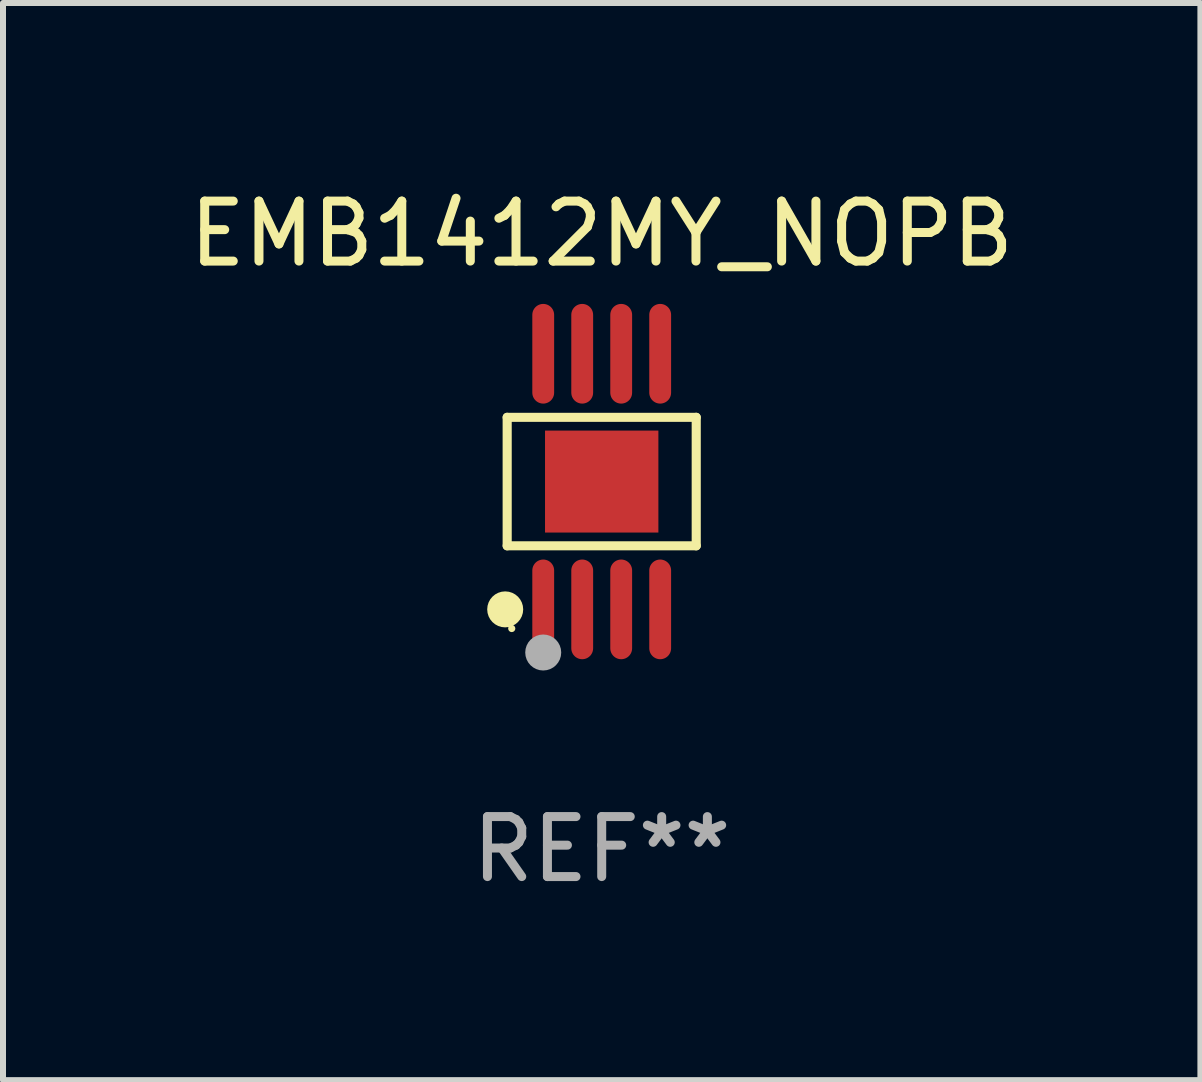
<source format=kicad_pcb>
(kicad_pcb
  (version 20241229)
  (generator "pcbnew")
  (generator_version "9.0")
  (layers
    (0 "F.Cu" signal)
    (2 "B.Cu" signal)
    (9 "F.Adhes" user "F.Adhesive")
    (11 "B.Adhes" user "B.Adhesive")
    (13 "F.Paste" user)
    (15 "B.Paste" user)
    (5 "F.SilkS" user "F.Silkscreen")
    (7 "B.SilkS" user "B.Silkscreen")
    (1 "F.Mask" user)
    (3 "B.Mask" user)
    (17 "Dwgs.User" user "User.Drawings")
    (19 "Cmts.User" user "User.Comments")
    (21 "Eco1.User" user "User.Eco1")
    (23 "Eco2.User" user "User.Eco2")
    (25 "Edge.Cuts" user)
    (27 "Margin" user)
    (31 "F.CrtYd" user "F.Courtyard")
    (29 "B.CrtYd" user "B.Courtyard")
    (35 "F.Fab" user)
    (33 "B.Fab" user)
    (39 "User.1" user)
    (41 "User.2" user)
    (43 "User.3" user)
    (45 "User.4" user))
  (footprint "EMB1412MY_NOPB"
    (layer "F.Cu")
    (at 6.982 4.979)
    (property "Reference" "EMB1412MY_NOPB" (at 0 -4.131 0) (layer "F.SilkS") (effects (font (size 1 1) (thickness 0.15))))
    (attr through_hole)
    (fp_line (start -1.576 -1.071) (end 1.576 -1.071) (stroke (width 0.152) (type solid)) (layer "F.SilkS"))
    (fp_line (start -1.576 1.071) (end -1.576 -1.071) (stroke (width 0.152) (type solid)) (layer "F.SilkS"))
    (fp_line (start 1.576 -1.071) (end 1.576 1.071) (stroke (width 0.152) (type solid)) (layer "F.SilkS"))
    (fp_line (start 1.576 1.071) (end -1.576 1.071) (stroke (width 0.152) (type solid)) (layer "F.SilkS"))
    (fp_circle (center -1.609 2.131) (end -1.459 2.131) (stroke (width 0.3) (type solid)) (fill no) (layer "F.SilkS"))
    (fp_circle (center -1.5 2.45) (end -1.47 2.45) (stroke (width 0.06) (type solid)) (fill no) (layer "F.SilkS"))
    (fp_circle (center -0.975 2.85) (end -0.825 2.85) (stroke (width 0.3) (type solid)) (fill no) (layer "F.Fab"))
    (fp_text user "REF**" (at 0 6.131 0) (layer "F.Fab") (effects (font (size 1 1) (thickness 0.15))))
    (pad "1" smd oval (at -0.975 2.131) (size 0.364 1.662) (layers "F.Cu" "F.Mask" "F.Paste"))
    (pad "2" smd oval (at -0.325 2.131) (size 0.364 1.662) (layers "F.Cu" "F.Mask" "F.Paste"))
    (pad "3" smd oval (at 0.325 2.131) (size 0.364 1.662) (layers "F.Cu" "F.Mask" "F.Paste"))
    (pad "4" smd oval (at 0.975 2.131) (size 0.364 1.662) (layers "F.Cu" "F.Mask" "F.Paste"))
    (pad "5" smd oval (at 0.975 -2.131) (size 0.364 1.662) (layers "F.Cu" "F.Mask" "F.Paste"))
    (pad "6" smd oval (at 0.325 -2.131) (size 0.364 1.662) (layers "F.Cu" "F.Mask" "F.Paste"))
    (pad "7" smd oval (at -0.325 -2.131) (size 0.364 1.662) (layers "F.Cu" "F.Mask" "F.Paste"))
    (pad "8" smd oval (at -0.975 -2.131) (size 0.364 1.662) (layers "F.Cu" "F.Mask" "F.Paste"))
    (pad "9" smd rect (at 0 0) (size 1.89 1.7) (layers "F.Cu" "F.Mask" "F.Paste")))
  (gr_rect
    (start -3 -3)
    (end 16.964 14.959)
    (stroke (width 0.1) (type default))
    (fill no)
    (layer "Edge.Cuts")))
</source>
